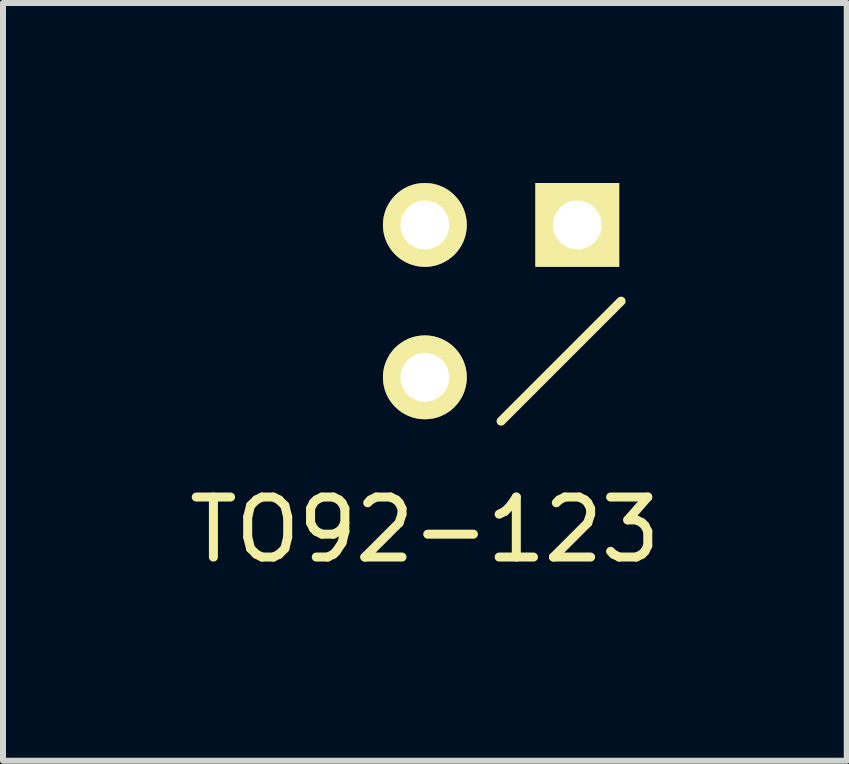
<source format=kicad_pcb>
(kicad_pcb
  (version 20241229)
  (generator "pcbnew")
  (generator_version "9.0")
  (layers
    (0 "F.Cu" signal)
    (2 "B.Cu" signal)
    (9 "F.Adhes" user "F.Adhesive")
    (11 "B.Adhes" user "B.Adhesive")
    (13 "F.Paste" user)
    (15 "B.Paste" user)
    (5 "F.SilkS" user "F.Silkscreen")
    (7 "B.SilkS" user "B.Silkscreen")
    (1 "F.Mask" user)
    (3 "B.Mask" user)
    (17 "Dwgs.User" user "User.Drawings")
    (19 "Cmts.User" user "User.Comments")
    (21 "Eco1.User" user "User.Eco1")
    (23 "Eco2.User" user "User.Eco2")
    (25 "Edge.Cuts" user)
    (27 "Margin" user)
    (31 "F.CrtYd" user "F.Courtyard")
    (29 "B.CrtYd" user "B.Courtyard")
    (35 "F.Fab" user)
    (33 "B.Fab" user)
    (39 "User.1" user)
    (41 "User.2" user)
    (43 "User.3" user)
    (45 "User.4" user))
  (footprint "TO92-123"
    (layer "F.Cu")
    (at 5.3 1.968)
    (property "Reference" "TO92-123" (at -1.27 3.81 0) (layer "F.SilkS") (effects (font (size 1 1) (thickness 0.15))))
    (attr through_hole)
    (fp_line (start 2 0) (end 0 2) (stroke (width 0.15) (type solid)) (layer "F.SilkS"))
    (pad "1" thru_hole circle (at -1.27 1.27) (size 1.397 1.397) (drill 0.813) (layers "*.Cu" "*.Mask" "F.SilkS"))
    (pad "2" thru_hole circle (at -1.27 -1.27) (size 1.397 1.397) (drill 0.813) (layers "*.Cu" "*.Mask" "F.SilkS"))
    (pad "3" thru_hole rect (at 1.27 -1.27) (size 1.397 1.397) (drill 0.813) (layers "*.Cu" "*.Mask" "F.SilkS")))
  (gr_rect
    (start -3 -3)
    (end 11.06 9.627)
    (stroke (width 0.1) (type default))
    (fill no)
    (layer "Edge.Cuts")))
</source>
